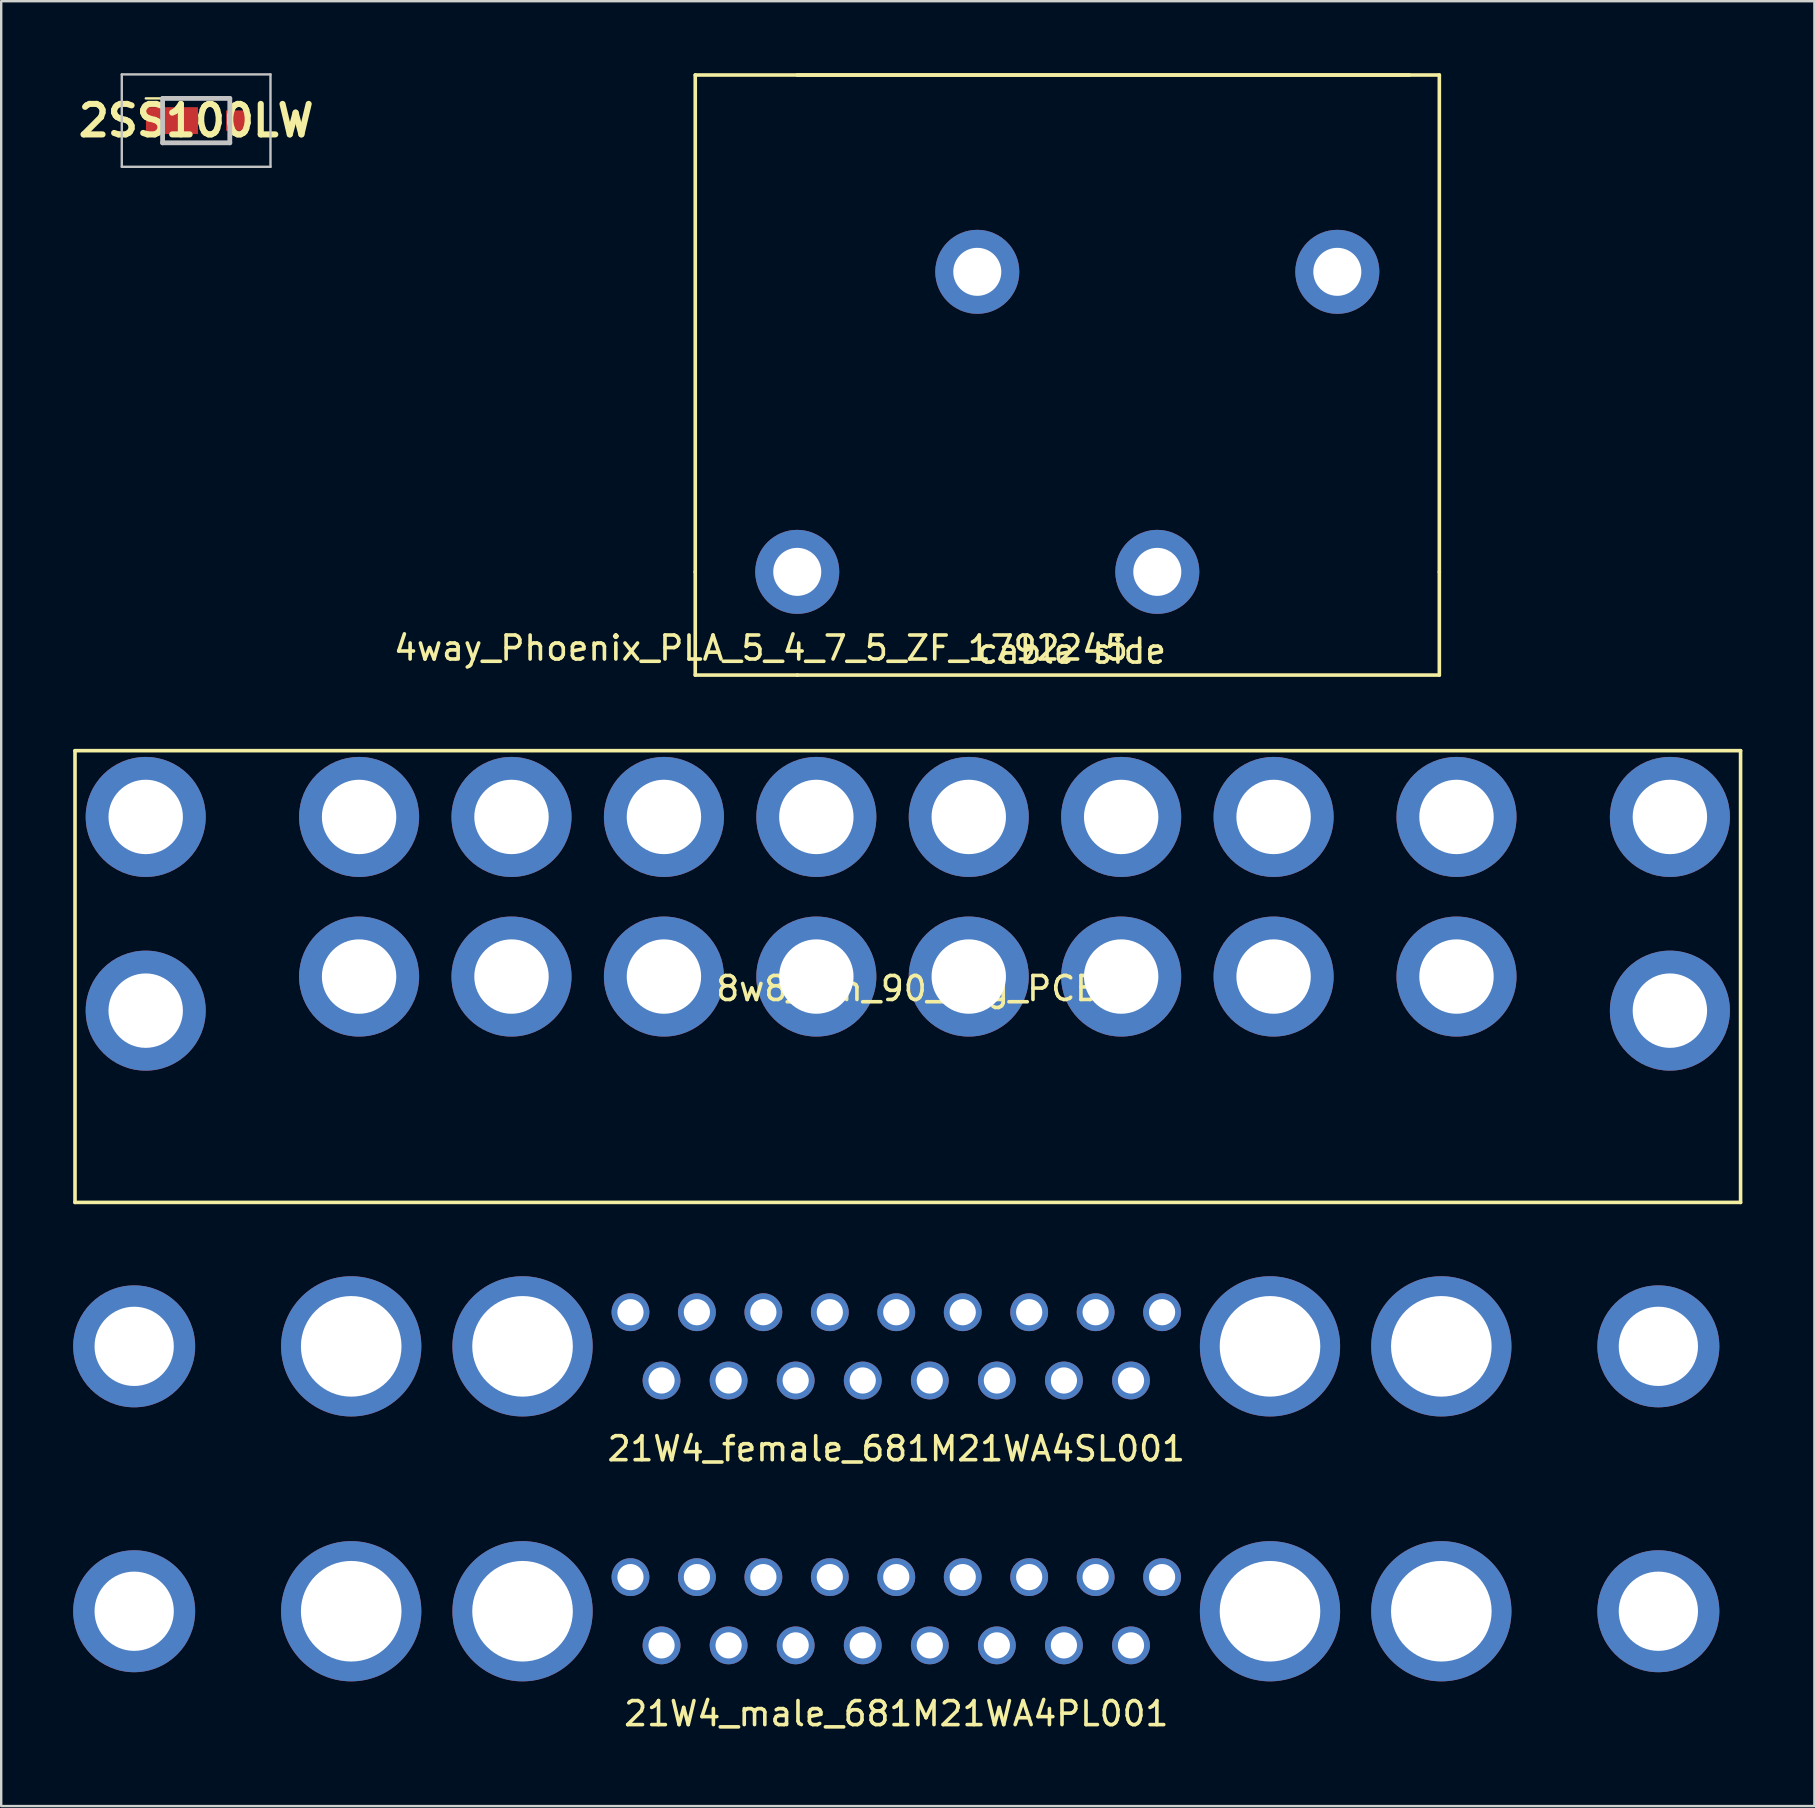
<source format=kicad_pcb>
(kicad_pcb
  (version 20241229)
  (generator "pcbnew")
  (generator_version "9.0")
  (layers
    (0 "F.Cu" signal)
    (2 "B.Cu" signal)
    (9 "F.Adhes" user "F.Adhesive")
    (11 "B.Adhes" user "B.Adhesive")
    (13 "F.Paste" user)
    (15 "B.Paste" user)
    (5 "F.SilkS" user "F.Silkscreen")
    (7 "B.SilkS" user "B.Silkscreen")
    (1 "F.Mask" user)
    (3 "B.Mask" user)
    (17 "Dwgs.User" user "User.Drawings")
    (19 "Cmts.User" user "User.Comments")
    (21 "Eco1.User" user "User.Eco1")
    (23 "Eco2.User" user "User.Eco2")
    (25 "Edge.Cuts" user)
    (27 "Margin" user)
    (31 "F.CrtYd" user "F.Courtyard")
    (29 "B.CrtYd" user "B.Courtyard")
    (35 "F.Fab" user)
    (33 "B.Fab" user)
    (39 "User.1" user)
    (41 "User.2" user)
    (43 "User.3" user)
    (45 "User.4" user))
  (footprint "2SS100LW"
    (layer "F.Cu")
    (at 5.124 1.975)
    (property "Reference" "2SS100LW" (at -0.002 0 0) (layer "F.SilkS") (effects (font (size 1.27 1.27) (thickness 0.254))))
    (attr smd)
    (fp_line (start -2.1 -0.925) (end 1.4 -0.925) (stroke (width 0.1) (type solid)) (layer "F.SilkS"))
    (fp_line (start -1.4 0.925) (end 1.4 0.925) (stroke (width 0.1) (type solid)) (layer "F.SilkS"))
    (fp_line (start -3.1 -1.925) (end 3.095 -1.925) (stroke (width 0.1) (type solid)) (layer "Dwgs.User"))
    (fp_line (start -3.1 1.925) (end -3.1 -1.925) (stroke (width 0.1) (type solid)) (layer "Dwgs.User"))
    (fp_line (start -1.4 -0.925) (end 1.4 -0.925) (stroke (width 0.2) (type solid)) (layer "Dwgs.User"))
    (fp_line (start -1.4 0.925) (end -1.4 -0.925) (stroke (width 0.2) (type solid)) (layer "Dwgs.User"))
    (fp_line (start 1.4 -0.925) (end 1.4 0.925) (stroke (width 0.2) (type solid)) (layer "Dwgs.User"))
    (fp_line (start 1.4 0.925) (end -1.4 0.925) (stroke (width 0.2) (type solid)) (layer "Dwgs.User"))
    (fp_line (start 3.095 -1.925) (end 3.095 1.925) (stroke (width 0.1) (type solid)) (layer "Dwgs.User"))
    (fp_line (start 3.095 1.925) (end -3.1 1.925) (stroke (width 0.1) (type solid)) (layer "Dwgs.User"))
    (pad "1" smd rect (at -1.01 0 90) (size 1.12 2.17) (layers "F.Cu" "F.Mask" "F.Paste"))
    (pad "2" smd rect (at 1.67 0 90) (size 0.85 0.85) (layers "F.Cu" "F.Mask" "F.Paste")))
  (footprint "21W4_female_681M21WA4SL001"
    (layer "F.Cu")
    (at 34.29 53.041)
    (property "Reference" "21W4_female_681M21WA4SL001" (at 0 4.267 0) (layer "F.SilkS") (effects (font (size 1 1) (thickness 0.15))))
    (attr through_hole)
    (pad "0" thru_hole circle (at -31.75 0) (size 5.08 5.08) (drill 3.302) (layers "*.Cu" "*.Mask"))
    (pad "0" thru_hole circle (at 31.75 0) (size 5.08 5.08) (drill 3.302) (layers "*.Cu" "*.Mask"))
    (pad "1" thru_hole circle (at 11.074 -1.422) (size 1.575 1.575) (drill 1.092) (layers "*.Cu" "*.Mask"))
    (pad "2" thru_hole circle (at 8.306 -1.422) (size 1.575 1.575) (drill 1.092) (layers "*.Cu" "*.Mask"))
    (pad "3" thru_hole circle (at 5.537 -1.422) (size 1.575 1.575) (drill 1.092) (layers "*.Cu" "*.Mask"))
    (pad "4" thru_hole circle (at 2.769 -1.422) (size 1.575 1.575) (drill 1.092) (layers "*.Cu" "*.Mask"))
    (pad "5" thru_hole circle (at 0 -1.422) (size 1.575 1.575) (drill 1.092) (layers "*.Cu" "*.Mask"))
    (pad "6" thru_hole circle (at -2.769 -1.422) (size 1.575 1.575) (drill 1.092) (layers "*.Cu" "*.Mask"))
    (pad "7" thru_hole circle (at -5.537 -1.422) (size 1.575 1.575) (drill 1.092) (layers "*.Cu" "*.Mask"))
    (pad "8" thru_hole circle (at -8.306 -1.422) (size 1.575 1.575) (drill 1.092) (layers "*.Cu" "*.Mask"))
    (pad "9" thru_hole circle (at -11.074 -1.422) (size 1.575 1.575) (drill 1.092) (layers "*.Cu" "*.Mask"))
    (pad "10" thru_hole circle (at 9.779 1.422) (size 1.575 1.575) (drill 1.092) (layers "*.Cu" "*.Mask"))
    (pad "11" thru_hole circle (at 6.985 1.422) (size 1.575 1.575) (drill 1.092) (layers "*.Cu" "*.Mask"))
    (pad "12" thru_hole circle (at 4.191 1.422) (size 1.575 1.575) (drill 1.092) (layers "*.Cu" "*.Mask"))
    (pad "13" thru_hole circle (at 1.397 1.422) (size 1.575 1.575) (drill 1.092) (layers "*.Cu" "*.Mask"))
    (pad "14" thru_hole circle (at -1.397 1.422) (size 1.575 1.575) (drill 1.092) (layers "*.Cu" "*.Mask"))
    (pad "15" thru_hole circle (at -4.191 1.422) (size 1.575 1.575) (drill 1.092) (layers "*.Cu" "*.Mask"))
    (pad "16" thru_hole circle (at -6.985 1.422) (size 1.575 1.575) (drill 1.092) (layers "*.Cu" "*.Mask"))
    (pad "17" thru_hole circle (at -9.779 1.422) (size 1.575 1.575) (drill 1.092) (layers "*.Cu" "*.Mask"))
    (pad "A1" thru_hole circle (at 22.708 0) (size 5.842 5.842) (drill 4.191) (layers "*.Cu" "*.Mask"))
    (pad "A2" thru_hole circle (at 15.57 0) (size 5.842 5.842) (drill 4.191) (layers "*.Cu" "*.Mask"))
    (pad "A3" thru_hole circle (at -15.57 0) (size 5.842 5.842) (drill 4.191) (layers "*.Cu" "*.Mask"))
    (pad "A4" thru_hole circle (at -22.708 0) (size 5.842 5.842) (drill 4.191) (layers "*.Cu" "*.Mask")))
  (footprint "21W4_male_681M21WA4PL001"
    (layer "F.Cu")
    (at 34.29 64.077)
    (property "Reference" "21W4_male_681M21WA4PL001" (at 0 4.267 0) (layer "F.SilkS") (effects (font (size 1 1) (thickness 0.15))))
    (attr through_hole)
    (pad "0" thru_hole circle (at -31.75 0) (size 5.08 5.08) (drill 3.302) (layers "*.Cu" "*.Mask"))
    (pad "0" thru_hole circle (at 31.75 0) (size 5.08 5.08) (drill 3.302) (layers "*.Cu" "*.Mask"))
    (pad "1" thru_hole circle (at -11.074 -1.422) (size 1.575 1.575) (drill 1.092) (layers "*.Cu" "*.Mask"))
    (pad "2" thru_hole circle (at -8.306 -1.422) (size 1.575 1.575) (drill 1.092) (layers "*.Cu" "*.Mask"))
    (pad "3" thru_hole circle (at -5.537 -1.422) (size 1.575 1.575) (drill 1.092) (layers "*.Cu" "*.Mask"))
    (pad "4" thru_hole circle (at -2.769 -1.422) (size 1.575 1.575) (drill 1.092) (layers "*.Cu" "*.Mask"))
    (pad "5" thru_hole circle (at 0 -1.422) (size 1.575 1.575) (drill 1.092) (layers "*.Cu" "*.Mask"))
    (pad "6" thru_hole circle (at 2.769 -1.422) (size 1.575 1.575) (drill 1.092) (layers "*.Cu" "*.Mask"))
    (pad "7" thru_hole circle (at 5.537 -1.422) (size 1.575 1.575) (drill 1.092) (layers "*.Cu" "*.Mask"))
    (pad "8" thru_hole circle (at 8.306 -1.422) (size 1.575 1.575) (drill 1.092) (layers "*.Cu" "*.Mask"))
    (pad "9" thru_hole circle (at 11.074 -1.422) (size 1.575 1.575) (drill 1.092) (layers "*.Cu" "*.Mask"))
    (pad "10" thru_hole circle (at -9.779 1.422) (size 1.575 1.575) (drill 1.092) (layers "*.Cu" "*.Mask"))
    (pad "11" thru_hole circle (at -6.985 1.422) (size 1.575 1.575) (drill 1.092) (layers "*.Cu" "*.Mask"))
    (pad "12" thru_hole circle (at -4.191 1.422) (size 1.575 1.575) (drill 1.092) (layers "*.Cu" "*.Mask"))
    (pad "13" thru_hole circle (at -1.397 1.422) (size 1.575 1.575) (drill 1.092) (layers "*.Cu" "*.Mask"))
    (pad "14" thru_hole circle (at 1.397 1.422) (size 1.575 1.575) (drill 1.092) (layers "*.Cu" "*.Mask"))
    (pad "15" thru_hole circle (at 4.191 1.422) (size 1.575 1.575) (drill 1.092) (layers "*.Cu" "*.Mask"))
    (pad "16" thru_hole circle (at 6.985 1.422) (size 1.575 1.575) (drill 1.092) (layers "*.Cu" "*.Mask"))
    (pad "17" thru_hole circle (at 9.779 1.422) (size 1.575 1.575) (drill 1.092) (layers "*.Cu" "*.Mask"))
    (pad "A1" thru_hole circle (at -22.708 0) (size 5.842 5.842) (drill 4.191) (layers "*.Cu" "*.Mask"))
    (pad "A2" thru_hole circle (at -15.57 0) (size 5.842 5.842) (drill 4.191) (layers "*.Cu" "*.Mask"))
    (pad "A3" thru_hole circle (at 15.57 0) (size 5.842 5.842) (drill 4.191) (layers "*.Cu" "*.Mask"))
    (pad "A4" thru_hole circle (at 22.708 0) (size 5.842 5.842) (drill 4.191) (layers "*.Cu" "*.Mask")))
  (footprint "4way_Phoenix_PLA_5_4_7_5_ZF_1792245"
    (layer "F.Cu")
    (at 30.165 20.775)
    (property "Reference" "4way_Phoenix_PLA_5_4_7_5_ZF_1792245" (at -1.51 3.175 0) (layer "F.SilkS") (effects (font (size 1 1) (thickness 0.15))))
    (attr through_hole)
    (fp_line (start -4.25 -20.7) (end 25.5 -20.7) (stroke (width 0.15) (type solid)) (layer "F.SilkS"))
    (fp_line (start -4.25 0) (end -4.25 -20.7) (stroke (width 0.15) (type solid)) (layer "F.SilkS"))
    (fp_line (start -4.25 4.3) (end -4.25 0) (stroke (width 0.15) (type solid)) (layer "F.SilkS"))
    (fp_line (start 0 -20.7) (end 26.75 -20.7) (stroke (width 0.15) (type solid)) (layer "F.SilkS"))
    (fp_line (start 0 4.3) (end -4.25 4.3) (stroke (width 0.15) (type solid)) (layer "F.SilkS"))
    (fp_line (start 26.75 -20.7) (end 26.75 0) (stroke (width 0.15) (type solid)) (layer "F.SilkS"))
    (fp_line (start 26.75 0) (end 26.75 4.3) (stroke (width 0.15) (type solid)) (layer "F.SilkS"))
    (fp_line (start 26.75 4.3) (end 0 4.3) (stroke (width 0.15) (type solid)) (layer "F.SilkS"))
    (fp_text user "cable side" (at 11.43 3.302 0) (layer "F.SilkS") (effects (font (size 1 1) (thickness 0.15))))
    (pad "1" thru_hole circle (at 0 0) (size 3.5 3.5) (drill 2) (layers "*.Cu" "*.Mask"))
    (pad "2" thru_hole circle (at 7.5 -12.5) (size 3.5 3.5) (drill 2) (layers "*.Cu" "*.Mask"))
    (pad "3" thru_hole circle (at 15 0) (size 3.5 3.5) (drill 2) (layers "*.Cu" "*.Mask"))
    (pad "4" thru_hole circle (at 22.5 -12.5) (size 3.5 3.5) (drill 2) (layers "*.Cu" "*.Mask")))
  (footprint "8w8_Pin_90_deg_PCB"
    (layer "F.Cu")
    (at 34.77 37.635)
    (property "Reference" "8w8_Pin_90_deg_PCB" (at 0 0.5 0) (layer "F.SilkS") (effects (font (size 1 1) (thickness 0.15))))
    (attr through_hole)
    (fp_line (start -34.695 9.41) (end -34.695 -9.41) (stroke (width 0.15) (type solid)) (layer "F.SilkS"))
    (fp_line (start 34.695 -9.41) (end -34.695 -9.41) (stroke (width 0.15) (type solid)) (layer "F.SilkS"))
    (fp_line (start 34.695 9.41) (end -34.695 9.41) (stroke (width 0.15) (type solid)) (layer "F.SilkS"))
    (fp_line (start 34.695 9.41) (end 34.695 -9.41) (stroke (width 0.15) (type solid)) (layer "F.SilkS"))
    (pad "0" thru_hole circle (at -31.75 -6.65) (size 5 5) (drill 3.1) (layers "*.Cu" "*.Mask"))
    (pad "0" thru_hole circle (at -31.75 1.42) (size 5 5) (drill 3.1) (layers "*.Cu" "*.Mask"))
    (pad "0" thru_hole circle (at 31.75 -6.65) (size 5 5) (drill 3.1) (layers "*.Cu" "*.Mask"))
    (pad "0" thru_hole circle (at 31.75 1.42) (size 5 5) (drill 3.1) (layers "*.Cu" "*.Mask"))
    (pad "A1" thru_hole circle (at 22.86 -6.65) (size 5 5) (drill 3.1) (layers "*.Cu" "*.Mask"))
    (pad "A1" thru_hole circle (at 22.86 0) (size 5 5) (drill 3.1) (layers "*.Cu" "*.Mask"))
    (pad "A2" thru_hole circle (at 15.24 -6.65) (size 5 5) (drill 3.1) (layers "*.Cu" "*.Mask"))
    (pad "A2" thru_hole circle (at 15.24 0) (size 5 5) (drill 3.1) (layers "*.Cu" "*.Mask"))
    (pad "A3" thru_hole circle (at 8.89 -6.65) (size 5 5) (drill 3.1) (layers "*.Cu" "*.Mask"))
    (pad "A3" thru_hole circle (at 8.89 0) (size 5 5) (drill 3.1) (layers "*.Cu" "*.Mask"))
    (pad "A4" thru_hole circle (at 2.54 -6.65) (size 5 5) (drill 3.1) (layers "*.Cu" "*.Mask"))
    (pad "A4" thru_hole circle (at 2.54 0) (size 5 5) (drill 3.1) (layers "*.Cu" "*.Mask"))
    (pad "A5" thru_hole circle (at -3.81 -6.65) (size 5 5) (drill 3.1) (layers "*.Cu" "*.Mask"))
    (pad "A5" thru_hole circle (at -3.81 0) (size 5 5) (drill 3.1) (layers "*.Cu" "*.Mask"))
    (pad "A6" thru_hole circle (at -10.16 -6.65) (size 5 5) (drill 3.1) (layers "*.Cu" "*.Mask"))
    (pad "A6" thru_hole circle (at -10.16 0) (size 5 5) (drill 3.1) (layers "*.Cu" "*.Mask"))
    (pad "A7" thru_hole circle (at -16.51 -6.65) (size 5 5) (drill 3.1) (layers "*.Cu" "*.Mask"))
    (pad "A7" thru_hole circle (at -16.51 0) (size 5 5) (drill 3.1) (layers "*.Cu" "*.Mask"))
    (pad "A8" thru_hole circle (at -22.86 -6.65) (size 5 5) (drill 3.1) (layers "*.Cu" "*.Mask"))
    (pad "A8" thru_hole circle (at -22.86 0) (size 5 5) (drill 3.1) (layers "*.Cu" "*.Mask")))
  (gr_rect
    (start -3 -3)
    (end 72.54 72.193)
    (stroke (width 0.1) (type default))
    (fill no)
    (layer "Edge.Cuts")))
</source>
